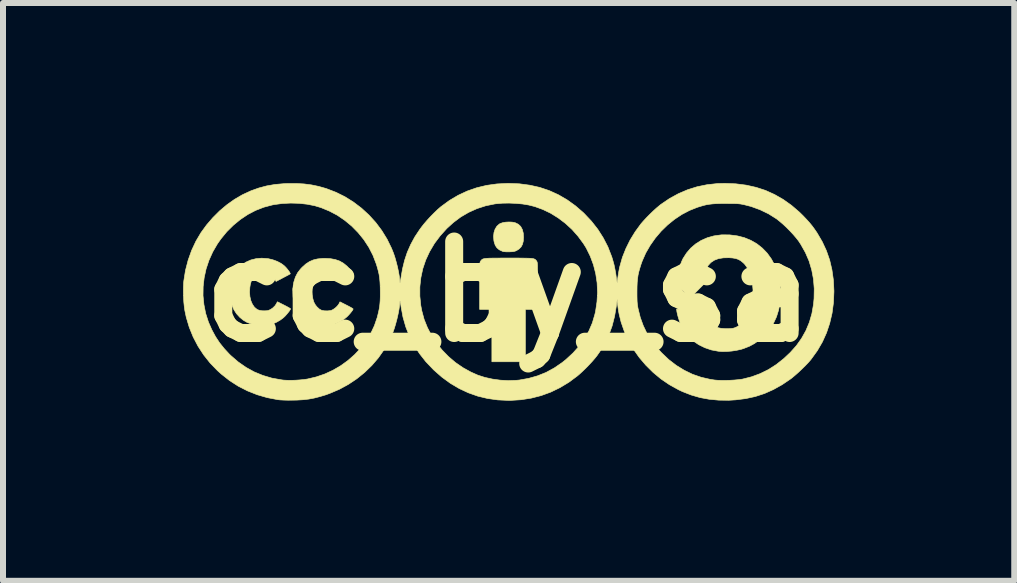
<source format=kicad_pcb>
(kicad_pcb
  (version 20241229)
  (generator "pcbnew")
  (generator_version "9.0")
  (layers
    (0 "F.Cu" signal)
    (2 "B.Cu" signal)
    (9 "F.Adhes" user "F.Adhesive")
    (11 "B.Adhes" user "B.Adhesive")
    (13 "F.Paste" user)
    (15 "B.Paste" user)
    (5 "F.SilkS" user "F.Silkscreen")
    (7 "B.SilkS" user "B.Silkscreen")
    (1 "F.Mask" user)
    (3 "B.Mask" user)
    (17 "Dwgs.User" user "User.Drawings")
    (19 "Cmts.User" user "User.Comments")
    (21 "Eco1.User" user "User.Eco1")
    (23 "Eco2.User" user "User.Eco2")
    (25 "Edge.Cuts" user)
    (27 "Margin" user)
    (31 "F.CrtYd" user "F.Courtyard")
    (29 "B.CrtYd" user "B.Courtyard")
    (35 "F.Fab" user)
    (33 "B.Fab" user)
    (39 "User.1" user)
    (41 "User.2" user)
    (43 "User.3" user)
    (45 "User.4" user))
  (footprint "cc_by_sa"
    (layer "F.Cu")
    (at 5.423 1.808)
    (property "Reference" "cc_by_sa" (at 0 0 0) (layer "F.SilkS") (effects (font (size 1.524 1.524) (thickness 0.3))))
    (attr through_hole)
    (fp_poly (pts (xy 0.058 -1.158) (xy 0.104 -1.149) (xy 0.111 -1.147) (xy 0.162 -1.122) (xy 0.201 -1.085) (xy 0.228 -1.035) (xy 0.244 -0.974) (xy 0.248 -0.906) (xy 0.244 -0.84) (xy 0.23 -0.786) (xy 0.207 -0.744) (xy 0.173 -0.71) (xy 0.142 -0.69) (xy 0.119 -0.678) (xy 0.098 -0.671) (xy 0.073 -0.666) (xy 0.04 -0.664) (xy 0.013 -0.663) (xy -0.044 -0.663) (xy -0.085 -0.667) (xy -0.103 -0.672) (xy -0.156 -0.697) (xy -0.195 -0.73) (xy -0.223 -0.772) (xy -0.241 -0.827) (xy -0.246 -0.852) (xy -0.251 -0.921) (xy -0.244 -0.985) (xy -0.225 -1.042) (xy -0.196 -1.089) (xy -0.156 -1.125) (xy -0.14 -1.134) (xy -0.1 -1.148) (xy -0.05 -1.157) (xy 0.004 -1.16) (xy 0.058 -1.158)) (stroke (width 0.01) (type solid)) (fill yes) (layer "F.SilkS"))
    (fp_poly (pts (xy 0.096 -0.559) (xy 0.176 -0.559) (xy 0.243 -0.558) (xy 0.297 -0.557) (xy 0.34 -0.556) (xy 0.374 -0.554) (xy 0.4 -0.551) (xy 0.419 -0.547) (xy 0.433 -0.541) (xy 0.444 -0.535) (xy 0.453 -0.526) (xy 0.461 -0.517) (xy 0.465 -0.511) (xy 0.469 -0.506) (xy 0.472 -0.499) (xy 0.475 -0.49) (xy 0.478 -0.477) (xy 0.479 -0.459) (xy 0.481 -0.434) (xy 0.481 -0.4) (xy 0.482 -0.356) (xy 0.482 -0.301) (xy 0.483 -0.233) (xy 0.483 -0.15) (xy 0.483 -0.096) (xy 0.483 0.296) (xy 0.279 0.296) (xy 0.279 1.168) (xy -0.279 1.168) (xy -0.279 0.296) (xy -0.483 0.296) (xy -0.483 -0.096) (xy -0.483 -0.188) (xy -0.482 -0.264) (xy -0.482 -0.327) (xy -0.482 -0.377) (xy -0.481 -0.416) (xy -0.48 -0.446) (xy -0.479 -0.468) (xy -0.477 -0.483) (xy -0.474 -0.494) (xy -0.471 -0.502) (xy -0.467 -0.508) (xy -0.465 -0.511) (xy -0.456 -0.522) (xy -0.448 -0.531) (xy -0.439 -0.538) (xy -0.426 -0.544) (xy -0.409 -0.549) (xy -0.387 -0.552) (xy -0.357 -0.555) (xy -0.319 -0.557) (xy -0.27 -0.558) (xy -0.21 -0.558) (xy -0.136 -0.559) (xy -0.048 -0.559) (xy 0 -0.559) (xy 0.096 -0.559)) (stroke (width 0.01) (type solid)) (fill yes) (layer "F.SilkS"))
    (fp_poly (pts (xy -4.013 -0.55) (xy -3.996 -0.547) (xy -3.924 -0.529) (xy -3.854 -0.503) (xy -3.791 -0.47) (xy -3.743 -0.435) (xy -3.72 -0.413) (xy -3.696 -0.387) (xy -3.674 -0.359) (xy -3.655 -0.333) (xy -3.642 -0.311) (xy -3.637 -0.298) (xy -3.638 -0.296) (xy -3.648 -0.29) (xy -3.669 -0.278) (xy -3.701 -0.261) (xy -3.739 -0.241) (xy -3.76 -0.23) (xy -3.875 -0.169) (xy -3.884 -0.189) (xy -3.914 -0.236) (xy -3.955 -0.272) (xy -4.004 -0.297) (xy -4.059 -0.311) (xy -4.114 -0.311) (xy -4.169 -0.297) (xy -4.178 -0.293) (xy -4.223 -0.266) (xy -4.258 -0.23) (xy -4.284 -0.183) (xy -4.302 -0.125) (xy -4.311 -0.072) (xy -4.316 0.008) (xy -4.31 0.083) (xy -4.294 0.151) (xy -4.268 0.211) (xy -4.234 0.26) (xy -4.191 0.296) (xy -4.179 0.302) (xy -4.149 0.312) (xy -4.109 0.319) (xy -4.065 0.32) (xy -4.024 0.318) (xy -4.001 0.313) (xy -3.963 0.296) (xy -3.925 0.269) (xy -3.891 0.235) (xy -3.869 0.202) (xy -3.852 0.169) (xy -3.742 0.224) (xy -3.703 0.244) (xy -3.67 0.262) (xy -3.646 0.276) (xy -3.633 0.285) (xy -3.632 0.287) (xy -3.638 0.3) (xy -3.652 0.322) (xy -3.673 0.349) (xy -3.698 0.379) (xy -3.723 0.407) (xy -3.747 0.43) (xy -3.751 0.434) (xy -3.806 0.475) (xy -3.871 0.512) (xy -3.936 0.54) (xy -3.954 0.546) (xy -4.001 0.556) (xy -4.059 0.562) (xy -4.12 0.564) (xy -4.179 0.561) (xy -4.221 0.555) (xy -4.297 0.536) (xy -4.362 0.51) (xy -4.42 0.476) (xy -4.475 0.431) (xy -4.478 0.428) (xy -4.534 0.367) (xy -4.577 0.3) (xy -4.608 0.225) (xy -4.628 0.14) (xy -4.637 0.043) (xy -4.637 0.042) (xy -4.639 -0.016) (xy -4.638 -0.063) (xy -4.633 -0.106) (xy -4.628 -0.136) (xy -4.601 -0.228) (xy -4.562 -0.31) (xy -4.51 -0.382) (xy -4.448 -0.443) (xy -4.376 -0.491) (xy -4.295 -0.527) (xy -4.207 -0.549) (xy -4.113 -0.557) (xy -4.013 -0.55)) (stroke (width 0.01) (type solid)) (fill yes) (layer "F.SilkS"))
    (fp_poly (pts (xy -2.968 -0.549) (xy -2.887 -0.534) (xy -2.815 -0.509) (xy -2.751 -0.472) (xy -2.691 -0.423) (xy -2.68 -0.411) (xy -2.652 -0.382) (xy -2.628 -0.355) (xy -2.611 -0.332) (xy -2.605 -0.324) (xy -2.59 -0.297) (xy -2.665 -0.258) (xy -2.703 -0.237) (xy -2.741 -0.217) (xy -2.773 -0.199) (xy -2.783 -0.194) (xy -2.827 -0.17) (xy -2.852 -0.21) (xy -2.891 -0.256) (xy -2.936 -0.289) (xy -2.987 -0.308) (xy -3.04 -0.315) (xy -3.093 -0.308) (xy -3.144 -0.29) (xy -3.188 -0.259) (xy -3.225 -0.215) (xy -3.243 -0.182) (xy -3.255 -0.146) (xy -3.264 -0.1) (xy -3.271 -0.048) (xy -3.274 0.003) (xy -3.272 0.048) (xy -3.272 0.051) (xy -3.261 0.12) (xy -3.244 0.176) (xy -3.218 0.223) (xy -3.189 0.258) (xy -3.15 0.293) (xy -3.115 0.311) (xy -3.111 0.312) (xy -3.067 0.32) (xy -3.016 0.321) (xy -2.969 0.316) (xy -2.953 0.312) (xy -2.922 0.297) (xy -2.887 0.272) (xy -2.855 0.242) (xy -2.831 0.211) (xy -2.824 0.199) (xy -2.81 0.17) (xy -2.701 0.225) (xy -2.662 0.245) (xy -2.629 0.263) (xy -2.605 0.277) (xy -2.592 0.287) (xy -2.591 0.289) (xy -2.596 0.304) (xy -2.612 0.327) (xy -2.634 0.355) (xy -2.661 0.386) (xy -2.69 0.416) (xy -2.7 0.425) (xy -2.754 0.468) (xy -2.819 0.507) (xy -2.886 0.537) (xy -2.913 0.546) (xy -2.959 0.556) (xy -3.017 0.562) (xy -3.077 0.564) (xy -3.136 0.561) (xy -3.179 0.555) (xy -3.271 0.53) (xy -3.353 0.491) (xy -3.425 0.439) (xy -3.484 0.375) (xy -3.532 0.299) (xy -3.568 0.212) (xy -3.574 0.189) (xy -3.584 0.138) (xy -3.591 0.077) (xy -3.593 0.011) (xy -3.592 -0.054) (xy -3.587 -0.113) (xy -3.578 -0.161) (xy -3.552 -0.242) (xy -3.516 -0.312) (xy -3.468 -0.375) (xy -3.439 -0.406) (xy -3.379 -0.46) (xy -3.318 -0.5) (xy -3.253 -0.528) (xy -3.182 -0.545) (xy -3.1 -0.553) (xy -3.061 -0.554) (xy -2.968 -0.549)) (stroke (width 0.01) (type solid)) (fill yes) (layer "F.SilkS"))
    (fp_poly (pts (xy 3.683 -0.945) (xy 3.808 -0.929) (xy 3.926 -0.899) (xy 4.035 -0.854) (xy 4.136 -0.796) (xy 4.227 -0.724) (xy 4.308 -0.64) (xy 4.377 -0.544) (xy 4.435 -0.436) (xy 4.481 -0.317) (xy 4.505 -0.229) (xy 4.514 -0.178) (xy 4.521 -0.116) (xy 4.526 -0.047) (xy 4.528 0.024) (xy 4.528 0.091) (xy 4.525 0.151) (xy 4.522 0.179) (xy 4.498 0.305) (xy 4.462 0.42) (xy 4.413 0.526) (xy 4.349 0.624) (xy 4.27 0.717) (xy 4.255 0.733) (xy 4.176 0.806) (xy 4.096 0.864) (xy 4.011 0.91) (xy 3.917 0.947) (xy 3.877 0.96) (xy 3.802 0.977) (xy 3.719 0.99) (xy 3.635 0.997) (xy 3.555 0.998) (xy 3.493 0.993) (xy 3.376 0.971) (xy 3.268 0.934) (xy 3.168 0.885) (xy 3.078 0.824) (xy 2.999 0.75) (xy 2.932 0.666) (xy 2.878 0.572) (xy 2.874 0.564) (xy 2.858 0.525) (xy 2.841 0.477) (xy 2.825 0.426) (xy 2.812 0.377) (xy 2.803 0.335) (xy 2.801 0.318) (xy 2.798 0.292) (xy 3.246 0.292) (xy 3.26 0.356) (xy 3.28 0.426) (xy 3.309 0.482) (xy 3.348 0.527) (xy 3.398 0.563) (xy 3.424 0.577) (xy 3.48 0.599) (xy 3.54 0.612) (xy 3.607 0.617) (xy 3.662 0.617) (xy 3.704 0.615) (xy 3.735 0.611) (xy 3.76 0.605) (xy 3.786 0.594) (xy 3.804 0.586) (xy 3.872 0.543) (xy 3.931 0.486) (xy 3.979 0.417) (xy 4.018 0.334) (xy 4.046 0.238) (xy 4.064 0.13) (xy 4.069 0.075) (xy 4.071 -0.032) (xy 4.062 -0.134) (xy 4.044 -0.229) (xy 4.016 -0.315) (xy 3.98 -0.39) (xy 3.936 -0.452) (xy 3.911 -0.478) (xy 3.87 -0.512) (xy 3.829 -0.536) (xy 3.783 -0.552) (xy 3.729 -0.561) (xy 3.67 -0.565) (xy 3.578 -0.563) (xy 3.497 -0.55) (xy 3.428 -0.524) (xy 3.37 -0.486) (xy 3.324 -0.436) (xy 3.287 -0.374) (xy 3.267 -0.321) (xy 3.259 -0.293) (xy 3.253 -0.271) (xy 3.251 -0.262) (xy 3.259 -0.258) (xy 3.28 -0.255) (xy 3.309 -0.254) (xy 3.317 -0.254) (xy 3.382 -0.254) (xy 3.023 0.106) (xy 2.849 -0.068) (xy 2.805 -0.112) (xy 2.765 -0.153) (xy 2.73 -0.188) (xy 2.703 -0.217) (xy 2.684 -0.237) (xy 2.676 -0.247) (xy 2.675 -0.248) (xy 2.683 -0.251) (xy 2.704 -0.253) (xy 2.734 -0.254) (xy 2.743 -0.254) (xy 2.81 -0.254) (xy 2.819 -0.303) (xy 2.83 -0.35) (xy 2.847 -0.404) (xy 2.866 -0.46) (xy 2.887 -0.512) (xy 2.905 -0.551) (xy 2.964 -0.643) (xy 3.034 -0.725) (xy 3.116 -0.795) (xy 3.208 -0.853) (xy 3.309 -0.897) (xy 3.418 -0.928) (xy 3.533 -0.944) (xy 3.552 -0.946) (xy 3.683 -0.945)) (stroke (width 0.01) (type solid)) (fill yes) (layer "F.SilkS"))
    (fp_poly (pts (xy 3.784 -1.796) (xy 3.957 -1.774) (xy 4.122 -1.737) (xy 4.279 -1.686) (xy 4.429 -1.618) (xy 4.573 -1.536) (xy 4.711 -1.438) (xy 4.844 -1.324) (xy 4.904 -1.265) (xy 4.961 -1.205) (xy 5.009 -1.152) (xy 5.052 -1.1) (xy 5.092 -1.046) (xy 5.134 -0.985) (xy 5.141 -0.974) (xy 5.225 -0.83) (xy 5.294 -0.681) (xy 5.348 -0.526) (xy 5.386 -0.363) (xy 5.41 -0.193) (xy 5.419 -0.015) (xy 5.419 0.004) (xy 5.411 0.185) (xy 5.388 0.359) (xy 5.349 0.526) (xy 5.296 0.685) (xy 5.227 0.838) (xy 5.143 0.983) (xy 5.044 1.12) (xy 5.031 1.137) (xy 4.991 1.183) (xy 4.941 1.235) (xy 4.885 1.29) (xy 4.827 1.345) (xy 4.77 1.395) (xy 4.719 1.438) (xy 4.699 1.453) (xy 4.556 1.55) (xy 4.411 1.631) (xy 4.263 1.697) (xy 4.11 1.747) (xy 3.95 1.782) (xy 3.783 1.803) (xy 3.668 1.81) (xy 3.5 1.808) (xy 3.341 1.793) (xy 3.189 1.765) (xy 3.041 1.722) (xy 2.895 1.665) (xy 2.828 1.633) (xy 2.678 1.55) (xy 2.537 1.454) (xy 2.406 1.345) (xy 2.286 1.226) (xy 2.177 1.098) (xy 2.08 0.961) (xy 1.997 0.816) (xy 1.928 0.665) (xy 1.874 0.509) (xy 1.841 0.377) (xy 1.832 0.328) (xy 1.824 0.275) (xy 1.818 0.227) (xy 1.815 0.199) (xy 1.809 0.123) (xy 1.794 0.241) (xy 1.765 0.412) (xy 1.724 0.572) (xy 1.669 0.723) (xy 1.6 0.867) (xy 1.517 1.003) (xy 1.472 1.067) (xy 1.437 1.111) (xy 1.392 1.163) (xy 1.341 1.218) (xy 1.287 1.274) (xy 1.233 1.326) (xy 1.183 1.372) (xy 1.147 1.403) (xy 1.003 1.51) (xy 0.854 1.6) (xy 0.701 1.674) (xy 0.542 1.732) (xy 0.378 1.774) (xy 0.208 1.801) (xy 0.031 1.812) (xy -0.005 1.812) (xy -0.181 1.804) (xy -0.351 1.78) (xy -0.514 1.741) (xy -0.672 1.685) (xy -0.824 1.614) (xy -0.971 1.527) (xy -1.112 1.424) (xy -1.247 1.305) (xy -1.256 1.296) (xy -1.379 1.167) (xy -1.485 1.032) (xy -1.576 0.891) (xy -1.652 0.743) (xy -1.713 0.588) (xy -1.76 0.424) (xy -1.792 0.251) (xy -1.794 0.236) (xy -1.8 0.196) (xy -1.805 0.168) (xy -1.809 0.155) (xy -1.811 0.156) (xy -1.811 0.161) (xy -1.816 0.221) (xy -1.826 0.293) (xy -1.841 0.373) (xy -1.86 0.456) (xy -1.882 0.539) (xy -1.906 0.618) (xy -1.927 0.677) (xy -1.994 0.827) (xy -2.076 0.969) (xy -2.171 1.104) (xy -2.279 1.23) (xy -2.399 1.346) (xy -2.53 1.452) (xy -2.671 1.546) (xy -2.82 1.627) (xy -2.977 1.694) (xy -3.045 1.719) (xy -3.145 1.749) (xy -3.238 1.773) (xy -3.329 1.79) (xy -3.424 1.801) (xy -3.527 1.807) (xy -3.586 1.808) (xy -3.674 1.809) (xy -3.747 1.807) (xy -3.806 1.804) (xy -3.844 1.8) (xy -4.021 1.766) (xy -4.19 1.717) (xy -4.351 1.653) (xy -4.504 1.575) (xy -4.65 1.481) (xy -4.788 1.372) (xy -4.85 1.316) (xy -4.972 1.19) (xy -5.08 1.054) (xy -5.175 0.908) (xy -5.255 0.755) (xy -5.32 0.595) (xy -5.37 0.428) (xy -5.394 0.314) (xy -5.403 0.25) (xy -5.411 0.173) (xy -5.415 0.091) (xy -5.416 0.067) (xy -5.091 0.067) (xy -5.076 0.216) (xy -5.047 0.363) (xy -5.001 0.506) (xy -4.944 0.636) (xy -4.882 0.751) (xy -4.814 0.854) (xy -4.737 0.95) (xy -4.649 1.045) (xy -4.626 1.067) (xy -4.504 1.172) (xy -4.375 1.262) (xy -4.239 1.337) (xy -4.095 1.396) (xy -3.944 1.441) (xy -3.787 1.469) (xy -3.751 1.474) (xy -3.695 1.477) (xy -3.627 1.478) (xy -3.553 1.476) (xy -3.479 1.471) (xy -3.408 1.464) (xy -3.352 1.456) (xy -3.204 1.421) (xy -3.061 1.372) (xy -2.925 1.309) (xy -2.795 1.233) (xy -2.675 1.146) (xy -2.564 1.048) (xy -2.463 0.94) (xy -2.374 0.823) (xy -2.298 0.699) (xy -2.236 0.567) (xy -2.189 0.43) (xy -2.182 0.402) (xy -2.168 0.344) (xy -2.157 0.294) (xy -2.149 0.247) (xy -2.144 0.2) (xy -2.14 0.149) (xy -2.138 0.089) (xy -2.138 0.075) (xy -1.479 0.075) (xy -1.463 0.232) (xy -1.446 0.321) (xy -1.408 0.462) (xy -1.353 0.599) (xy -1.284 0.731) (xy -1.202 0.856) (xy -1.107 0.974) (xy -1.002 1.082) (xy -0.886 1.181) (xy -0.761 1.267) (xy -0.629 1.34) (xy -0.512 1.392) (xy -0.396 1.429) (xy -0.27 1.457) (xy -0.139 1.475) (xy -0.007 1.482) (xy 0.122 1.478) (xy 0.178 1.473) (xy 0.334 1.445) (xy 0.482 1.403) (xy 0.624 1.346) (xy 0.76 1.272) (xy 0.89 1.183) (xy 0.953 1.133) (xy 1.072 1.023) (xy 1.176 0.907) (xy 1.264 0.785) (xy 1.337 0.656) (xy 1.395 0.521) (xy 1.437 0.378) (xy 1.448 0.331) (xy 1.472 0.17) (xy 1.481 0.011) (xy 1.48 0) (xy 2.138 0) (xy 2.138 0.066) (xy 2.139 0.118) (xy 2.14 0.16) (xy 2.143 0.195) (xy 2.147 0.228) (xy 2.152 0.26) (xy 2.157 0.286) (xy 2.193 0.43) (xy 2.242 0.565) (xy 2.303 0.693) (xy 2.379 0.815) (xy 2.471 0.933) (xy 2.548 1.019) (xy 2.667 1.132) (xy 2.793 1.229) (xy 2.925 1.31) (xy 3.063 1.377) (xy 3.208 1.427) (xy 3.36 1.462) (xy 3.434 1.473) (xy 3.484 1.477) (xy 3.546 1.479) (xy 3.615 1.479) (xy 3.688 1.477) (xy 3.759 1.473) (xy 3.824 1.467) (xy 3.879 1.46) (xy 3.898 1.457) (xy 4.048 1.419) (xy 4.191 1.366) (xy 4.329 1.298) (xy 4.46 1.214) (xy 4.586 1.114) (xy 4.692 1.014) (xy 4.794 0.9) (xy 4.881 0.777) (xy 4.953 0.648) (xy 5.01 0.511) (xy 5.052 0.366) (xy 5.079 0.212) (xy 5.088 0.115) (xy 5.091 -0.05) (xy 5.078 -0.209) (xy 5.049 -0.362) (xy 5.005 -0.51) (xy 4.944 -0.651) (xy 4.868 -0.786) (xy 4.828 -0.847) (xy 4.79 -0.895) (xy 4.743 -0.95) (xy 4.688 -1.009) (xy 4.63 -1.068) (xy 4.571 -1.123) (xy 4.515 -1.171) (xy 4.466 -1.21) (xy 4.462 -1.213) (xy 4.33 -1.296) (xy 4.189 -1.364) (xy 4.041 -1.418) (xy 3.92 -1.449) (xy 3.89 -1.455) (xy 3.863 -1.46) (xy 3.835 -1.463) (xy 3.803 -1.466) (xy 3.764 -1.467) (xy 3.716 -1.468) (xy 3.655 -1.468) (xy 3.615 -1.469) (xy 3.532 -1.468) (xy 3.462 -1.466) (xy 3.402 -1.462) (xy 3.349 -1.456) (xy 3.298 -1.448) (xy 3.248 -1.436) (xy 3.194 -1.42) (xy 3.145 -1.405) (xy 3.014 -1.353) (xy 2.886 -1.286) (xy 2.764 -1.205) (xy 2.648 -1.111) (xy 2.541 -1.007) (xy 2.444 -0.893) (xy 2.358 -0.771) (xy 2.284 -0.643) (xy 2.225 -0.509) (xy 2.206 -0.456) (xy 2.185 -0.389) (xy 2.168 -0.329) (xy 2.156 -0.274) (xy 2.148 -0.217) (xy 2.142 -0.156) (xy 2.139 -0.086) (xy 2.138 -0.004) (xy 2.138 0) (xy 1.48 0) (xy 1.474 -0.146) (xy 1.451 -0.299) (xy 1.413 -0.448) (xy 1.36 -0.59) (xy 1.293 -0.726) (xy 1.247 -0.8) (xy 1.157 -0.922) (xy 1.057 -1.035) (xy 0.946 -1.137) (xy 0.827 -1.227) (xy 0.702 -1.305) (xy 0.571 -1.368) (xy 0.437 -1.417) (xy 0.334 -1.443) (xy 0.232 -1.46) (xy 0.121 -1.47) (xy 0.007 -1.475) (xy -0.105 -1.473) (xy -0.208 -1.464) (xy -0.231 -1.461) (xy -0.382 -1.43) (xy -0.527 -1.383) (xy -0.665 -1.321) (xy -0.797 -1.244) (xy -0.921 -1.151) (xy -1.03 -1.052) (xy -1.14 -0.93) (xy -1.236 -0.802) (xy -1.316 -0.667) (xy -1.381 -0.527) (xy -1.43 -0.382) (xy -1.462 -0.233) (xy -1.479 -0.081) (xy -1.479 0.075) (xy -2.138 0.075) (xy -2.138 0.018) (xy -2.138 0.004) (xy -2.139 -0.084) (xy -2.143 -0.16) (xy -2.149 -0.227) (xy -2.159 -0.291) (xy -2.174 -0.355) (xy -2.193 -0.423) (xy -2.206 -0.464) (xy -2.26 -0.605) (xy -2.329 -0.739) (xy -2.412 -0.866) (xy -2.507 -0.983) (xy -2.613 -1.091) (xy -2.729 -1.187) (xy -2.853 -1.272) (xy -2.986 -1.342) (xy -3.124 -1.399) (xy -3.23 -1.431) (xy -3.356 -1.456) (xy -3.492 -1.471) (xy -3.631 -1.475) (xy -3.771 -1.468) (xy -3.906 -1.45) (xy -3.94 -1.443) (xy -4.079 -1.406) (xy -4.215 -1.353) (xy -4.345 -1.285) (xy -4.469 -1.202) (xy -4.586 -1.106) (xy -4.695 -0.998) (xy -4.794 -0.877) (xy -4.851 -0.796) (xy -4.929 -0.662) (xy -4.992 -0.522) (xy -5.04 -0.378) (xy -5.072 -0.231) (xy -5.089 -0.082) (xy -5.091 0.067) (xy -5.416 0.067) (xy -5.418 0.007) (xy -5.417 -0.073) (xy -5.414 -0.145) (xy -5.411 -0.178) (xy -5.383 -0.354) (xy -5.339 -0.523) (xy -5.281 -0.686) (xy -5.209 -0.84) (xy -5.125 -0.982) (xy -5.032 -1.11) (xy -4.928 -1.231) (xy -4.815 -1.344) (xy -4.694 -1.446) (xy -4.569 -1.535) (xy -4.441 -1.61) (xy -4.421 -1.62) (xy -4.291 -1.68) (xy -4.162 -1.726) (xy -4.031 -1.761) (xy -3.893 -1.785) (xy -3.746 -1.798) (xy -3.678 -1.801) (xy -3.537 -1.801) (xy -3.408 -1.794) (xy -3.285 -1.778) (xy -3.165 -1.753) (xy -3.042 -1.718) (xy -3.031 -1.714) (xy -2.875 -1.654) (xy -2.726 -1.58) (xy -2.584 -1.491) (xy -2.451 -1.39) (xy -2.327 -1.276) (xy -2.214 -1.152) (xy -2.113 -1.017) (xy -2.025 -0.874) (xy -1.951 -0.723) (xy -1.918 -0.641) (xy -1.894 -0.57) (xy -1.872 -0.492) (xy -1.851 -0.41) (xy -1.834 -0.329) (xy -1.821 -0.253) (xy -1.813 -0.186) (xy -1.811 -0.15) (xy -1.81 -0.144) (xy -1.807 -0.153) (xy -1.802 -0.176) (xy -1.797 -0.209) (xy -1.795 -0.22) (xy -1.768 -0.377) (xy -1.733 -0.521) (xy -1.688 -0.656) (xy -1.631 -0.785) (xy -1.563 -0.911) (xy -1.48 -1.036) (xy -1.449 -1.078) (xy -1.408 -1.13) (xy -1.358 -1.188) (xy -1.302 -1.249) (xy -1.244 -1.308) (xy -1.188 -1.362) (xy -1.137 -1.407) (xy -1.126 -1.416) (xy -0.987 -1.518) (xy -0.842 -1.604) (xy -0.69 -1.675) (xy -0.532 -1.73) (xy -0.367 -1.77) (xy -0.195 -1.794) (xy -0.016 -1.803) (xy 0 -1.803) (xy 0.18 -1.796) (xy 0.353 -1.773) (xy 0.518 -1.736) (xy 0.676 -1.683) (xy 0.828 -1.614) (xy 0.973 -1.53) (xy 1.112 -1.43) (xy 1.245 -1.315) (xy 1.26 -1.3) (xy 1.379 -1.174) (xy 1.485 -1.039) (xy 1.576 -0.896) (xy 1.653 -0.747) (xy 1.713 -0.592) (xy 1.718 -0.58) (xy 1.739 -0.51) (xy 1.757 -0.444) (xy 1.771 -0.375) (xy 1.785 -0.299) (xy 1.795 -0.224) (xy 1.801 -0.187) (xy 1.805 -0.161) (xy 1.809 -0.146) (xy 1.811 -0.147) (xy 1.811 -0.15) (xy 1.813 -0.185) (xy 1.819 -0.231) (xy 1.827 -0.284) (xy 1.836 -0.339) (xy 1.846 -0.392) (xy 1.854 -0.425) (xy 1.895 -0.57) (xy 1.953 -0.716) (xy 2.024 -0.86) (xy 2.108 -0.997) (xy 2.203 -1.127) (xy 2.206 -1.131) (xy 2.247 -1.178) (xy 2.297 -1.232) (xy 2.351 -1.287) (xy 2.408 -1.342) (xy 2.463 -1.392) (xy 2.513 -1.434) (xy 2.534 -1.451) (xy 2.678 -1.549) (xy 2.827 -1.631) (xy 2.981 -1.697) (xy 3.14 -1.747) (xy 3.305 -1.781) (xy 3.477 -1.8) (xy 3.603 -1.803) (xy 3.784 -1.796)) (stroke (width 0.01) (type solid)) (fill yes) (layer "F.SilkS")))
  (gr_rect
    (start -3 -3)
    (end 13.846 6.625)
    (stroke (width 0.1) (type default))
    (fill no)
    (layer "Edge.Cuts")))
</source>
